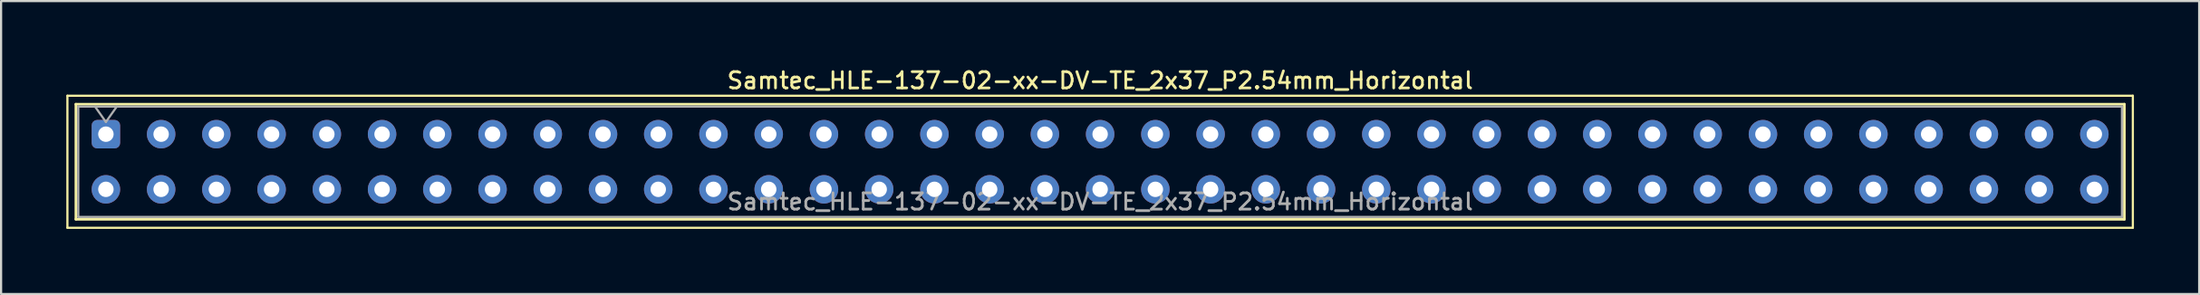
<source format=kicad_pcb>
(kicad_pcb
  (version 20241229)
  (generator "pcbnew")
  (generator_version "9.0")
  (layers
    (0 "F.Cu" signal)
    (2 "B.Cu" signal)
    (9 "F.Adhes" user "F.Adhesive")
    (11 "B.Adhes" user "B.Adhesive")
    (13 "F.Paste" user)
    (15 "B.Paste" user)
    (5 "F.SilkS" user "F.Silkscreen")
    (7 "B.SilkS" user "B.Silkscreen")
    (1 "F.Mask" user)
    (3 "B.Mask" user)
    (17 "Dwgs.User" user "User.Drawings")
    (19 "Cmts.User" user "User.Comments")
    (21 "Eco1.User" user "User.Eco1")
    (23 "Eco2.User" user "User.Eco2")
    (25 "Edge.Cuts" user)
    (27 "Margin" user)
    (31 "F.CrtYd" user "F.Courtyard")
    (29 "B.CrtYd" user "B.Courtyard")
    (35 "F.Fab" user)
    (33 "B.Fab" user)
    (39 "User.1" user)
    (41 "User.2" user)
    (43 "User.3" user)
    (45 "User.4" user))
  (footprint "Samtec_HLE-137-02-xx-DV-TE_2x37_P2.54mm_Horizontal"
    (layer "F.Cu")
    (at 1.82 3.128)
    (property "Reference" "Samtec_HLE-137-02-xx-DV-TE_2x37_P2.54mm_Horizontal" (at 45.72 -2.47 0) (layer "F.SilkS") (effects (font (size 0.75 0.75) (thickness 0.125))))
    (attr through_hole)
    (fp_line (start -1.77 -1.77) (end 93.21 -1.77) (stroke (width 0.1) (type solid)) (layer "F.SilkS"))
    (fp_line (start -1.77 4.31) (end -1.77 -1.77) (stroke (width 0.1) (type solid)) (layer "F.SilkS"))
    (fp_line (start -1.38 -1.38) (end 92.82 -1.38) (stroke (width 0.12) (type solid)) (layer "F.SilkS"))
    (fp_line (start -1.38 3.92) (end -1.38 -1.38) (stroke (width 0.12) (type solid)) (layer "F.SilkS"))
    (fp_line (start 92.82 -1.38) (end 92.82 3.92) (stroke (width 0.12) (type solid)) (layer "F.SilkS"))
    (fp_line (start 92.82 3.92) (end -1.38 3.92) (stroke (width 0.12) (type solid)) (layer "F.SilkS"))
    (fp_line (start 93.21 -1.77) (end 93.21 4.31) (stroke (width 0.1) (type solid)) (layer "F.SilkS"))
    (fp_line (start 93.21 4.31) (end -1.77 4.31) (stroke (width 0.1) (type solid)) (layer "F.SilkS"))
    (fp_line (start -1.27 -1.27) (end 92.71 -1.27) (stroke (width 0.1) (type solid)) (layer "F.Fab"))
    (fp_line (start -1.27 3.81) (end -1.27 -1.27) (stroke (width 0.1) (type solid)) (layer "F.Fab"))
    (fp_line (start -0.5 -1.27) (end 0 -0.563) (stroke (width 0.1) (type solid)) (layer "F.Fab"))
    (fp_line (start 0 -0.563) (end 0.5 -1.27) (stroke (width 0.1) (type solid)) (layer "F.Fab"))
    (fp_line (start 92.71 -1.27) (end 92.71 3.81) (stroke (width 0.1) (type solid)) (layer "F.Fab"))
    (fp_line (start 92.71 3.81) (end -1.27 3.81) (stroke (width 0.1) (type solid)) (layer "F.Fab"))
    (fp_text user "${REFERENCE}" (at 45.72 3.11 0) (layer "F.Fab") (effects (font (size 0.75 0.75) (thickness 0.125))))
    (pad "1" thru_hole roundrect (at 0 0) (size 1.31 1.31) (drill 0.71) (layers "*.Cu" "*.Mask") (roundrect_rratio 0.191))
    (pad "2" thru_hole circle (at 0 2.54) (size 1.31 1.31) (drill 0.71) (layers "*.Cu" "*.Mask"))
    (pad "3" thru_hole circle (at 2.54 0) (size 1.31 1.31) (drill 0.71) (layers "*.Cu" "*.Mask"))
    (pad "4" thru_hole circle (at 2.54 2.54) (size 1.31 1.31) (drill 0.71) (layers "*.Cu" "*.Mask"))
    (pad "5" thru_hole circle (at 5.08 0) (size 1.31 1.31) (drill 0.71) (layers "*.Cu" "*.Mask"))
    (pad "6" thru_hole circle (at 5.08 2.54) (size 1.31 1.31) (drill 0.71) (layers "*.Cu" "*.Mask"))
    (pad "7" thru_hole circle (at 7.62 0) (size 1.31 1.31) (drill 0.71) (layers "*.Cu" "*.Mask"))
    (pad "8" thru_hole circle (at 7.62 2.54) (size 1.31 1.31) (drill 0.71) (layers "*.Cu" "*.Mask"))
    (pad "9" thru_hole circle (at 10.16 0) (size 1.31 1.31) (drill 0.71) (layers "*.Cu" "*.Mask"))
    (pad "10" thru_hole circle (at 10.16 2.54) (size 1.31 1.31) (drill 0.71) (layers "*.Cu" "*.Mask"))
    (pad "11" thru_hole circle (at 12.7 0) (size 1.31 1.31) (drill 0.71) (layers "*.Cu" "*.Mask"))
    (pad "12" thru_hole circle (at 12.7 2.54) (size 1.31 1.31) (drill 0.71) (layers "*.Cu" "*.Mask"))
    (pad "13" thru_hole circle (at 15.24 0) (size 1.31 1.31) (drill 0.71) (layers "*.Cu" "*.Mask"))
    (pad "14" thru_hole circle (at 15.24 2.54) (size 1.31 1.31) (drill 0.71) (layers "*.Cu" "*.Mask"))
    (pad "15" thru_hole circle (at 17.78 0) (size 1.31 1.31) (drill 0.71) (layers "*.Cu" "*.Mask"))
    (pad "16" thru_hole circle (at 17.78 2.54) (size 1.31 1.31) (drill 0.71) (layers "*.Cu" "*.Mask"))
    (pad "17" thru_hole circle (at 20.32 0) (size 1.31 1.31) (drill 0.71) (layers "*.Cu" "*.Mask"))
    (pad "18" thru_hole circle (at 20.32 2.54) (size 1.31 1.31) (drill 0.71) (layers "*.Cu" "*.Mask"))
    (pad "19" thru_hole circle (at 22.86 0) (size 1.31 1.31) (drill 0.71) (layers "*.Cu" "*.Mask"))
    (pad "20" thru_hole circle (at 22.86 2.54) (size 1.31 1.31) (drill 0.71) (layers "*.Cu" "*.Mask"))
    (pad "21" thru_hole circle (at 25.4 0) (size 1.31 1.31) (drill 0.71) (layers "*.Cu" "*.Mask"))
    (pad "22" thru_hole circle (at 25.4 2.54) (size 1.31 1.31) (drill 0.71) (layers "*.Cu" "*.Mask"))
    (pad "23" thru_hole circle (at 27.94 0) (size 1.31 1.31) (drill 0.71) (layers "*.Cu" "*.Mask"))
    (pad "24" thru_hole circle (at 27.94 2.54) (size 1.31 1.31) (drill 0.71) (layers "*.Cu" "*.Mask"))
    (pad "25" thru_hole circle (at 30.48 0) (size 1.31 1.31) (drill 0.71) (layers "*.Cu" "*.Mask"))
    (pad "26" thru_hole circle (at 30.48 2.54) (size 1.31 1.31) (drill 0.71) (layers "*.Cu" "*.Mask"))
    (pad "27" thru_hole circle (at 33.02 0) (size 1.31 1.31) (drill 0.71) (layers "*.Cu" "*.Mask"))
    (pad "28" thru_hole circle (at 33.02 2.54) (size 1.31 1.31) (drill 0.71) (layers "*.Cu" "*.Mask"))
    (pad "29" thru_hole circle (at 35.56 0) (size 1.31 1.31) (drill 0.71) (layers "*.Cu" "*.Mask"))
    (pad "30" thru_hole circle (at 35.56 2.54) (size 1.31 1.31) (drill 0.71) (layers "*.Cu" "*.Mask"))
    (pad "31" thru_hole circle (at 38.1 0) (size 1.31 1.31) (drill 0.71) (layers "*.Cu" "*.Mask"))
    (pad "32" thru_hole circle (at 38.1 2.54) (size 1.31 1.31) (drill 0.71) (layers "*.Cu" "*.Mask"))
    (pad "33" thru_hole circle (at 40.64 0) (size 1.31 1.31) (drill 0.71) (layers "*.Cu" "*.Mask"))
    (pad "34" thru_hole circle (at 40.64 2.54) (size 1.31 1.31) (drill 0.71) (layers "*.Cu" "*.Mask"))
    (pad "35" thru_hole circle (at 43.18 0) (size 1.31 1.31) (drill 0.71) (layers "*.Cu" "*.Mask"))
    (pad "36" thru_hole circle (at 43.18 2.54) (size 1.31 1.31) (drill 0.71) (layers "*.Cu" "*.Mask"))
    (pad "37" thru_hole circle (at 45.72 0) (size 1.31 1.31) (drill 0.71) (layers "*.Cu" "*.Mask"))
    (pad "38" thru_hole circle (at 45.72 2.54) (size 1.31 1.31) (drill 0.71) (layers "*.Cu" "*.Mask"))
    (pad "39" thru_hole circle (at 48.26 0) (size 1.31 1.31) (drill 0.71) (layers "*.Cu" "*.Mask"))
    (pad "40" thru_hole circle (at 48.26 2.54) (size 1.31 1.31) (drill 0.71) (layers "*.Cu" "*.Mask"))
    (pad "41" thru_hole circle (at 50.8 0) (size 1.31 1.31) (drill 0.71) (layers "*.Cu" "*.Mask"))
    (pad "42" thru_hole circle (at 50.8 2.54) (size 1.31 1.31) (drill 0.71) (layers "*.Cu" "*.Mask"))
    (pad "43" thru_hole circle (at 53.34 0) (size 1.31 1.31) (drill 0.71) (layers "*.Cu" "*.Mask"))
    (pad "44" thru_hole circle (at 53.34 2.54) (size 1.31 1.31) (drill 0.71) (layers "*.Cu" "*.Mask"))
    (pad "45" thru_hole circle (at 55.88 0) (size 1.31 1.31) (drill 0.71) (layers "*.Cu" "*.Mask"))
    (pad "46" thru_hole circle (at 55.88 2.54) (size 1.31 1.31) (drill 0.71) (layers "*.Cu" "*.Mask"))
    (pad "47" thru_hole circle (at 58.42 0) (size 1.31 1.31) (drill 0.71) (layers "*.Cu" "*.Mask"))
    (pad "48" thru_hole circle (at 58.42 2.54) (size 1.31 1.31) (drill 0.71) (layers "*.Cu" "*.Mask"))
    (pad "49" thru_hole circle (at 60.96 0) (size 1.31 1.31) (drill 0.71) (layers "*.Cu" "*.Mask"))
    (pad "50" thru_hole circle (at 60.96 2.54) (size 1.31 1.31) (drill 0.71) (layers "*.Cu" "*.Mask"))
    (pad "51" thru_hole circle (at 63.5 0) (size 1.31 1.31) (drill 0.71) (layers "*.Cu" "*.Mask"))
    (pad "52" thru_hole circle (at 63.5 2.54) (size 1.31 1.31) (drill 0.71) (layers "*.Cu" "*.Mask"))
    (pad "53" thru_hole circle (at 66.04 0) (size 1.31 1.31) (drill 0.71) (layers "*.Cu" "*.Mask"))
    (pad "54" thru_hole circle (at 66.04 2.54) (size 1.31 1.31) (drill 0.71) (layers "*.Cu" "*.Mask"))
    (pad "55" thru_hole circle (at 68.58 0) (size 1.31 1.31) (drill 0.71) (layers "*.Cu" "*.Mask"))
    (pad "56" thru_hole circle (at 68.58 2.54) (size 1.31 1.31) (drill 0.71) (layers "*.Cu" "*.Mask"))
    (pad "57" thru_hole circle (at 71.12 0) (size 1.31 1.31) (drill 0.71) (layers "*.Cu" "*.Mask"))
    (pad "58" thru_hole circle (at 71.12 2.54) (size 1.31 1.31) (drill 0.71) (layers "*.Cu" "*.Mask"))
    (pad "59" thru_hole circle (at 73.66 0) (size 1.31 1.31) (drill 0.71) (layers "*.Cu" "*.Mask"))
    (pad "60" thru_hole circle (at 73.66 2.54) (size 1.31 1.31) (drill 0.71) (layers "*.Cu" "*.Mask"))
    (pad "61" thru_hole circle (at 76.2 0) (size 1.31 1.31) (drill 0.71) (layers "*.Cu" "*.Mask"))
    (pad "62" thru_hole circle (at 76.2 2.54) (size 1.31 1.31) (drill 0.71) (layers "*.Cu" "*.Mask"))
    (pad "63" thru_hole circle (at 78.74 0) (size 1.31 1.31) (drill 0.71) (layers "*.Cu" "*.Mask"))
    (pad "64" thru_hole circle (at 78.74 2.54) (size 1.31 1.31) (drill 0.71) (layers "*.Cu" "*.Mask"))
    (pad "65" thru_hole circle (at 81.28 0) (size 1.31 1.31) (drill 0.71) (layers "*.Cu" "*.Mask"))
    (pad "66" thru_hole circle (at 81.28 2.54) (size 1.31 1.31) (drill 0.71) (layers "*.Cu" "*.Mask"))
    (pad "67" thru_hole circle (at 83.82 0) (size 1.31 1.31) (drill 0.71) (layers "*.Cu" "*.Mask"))
    (pad "68" thru_hole circle (at 83.82 2.54) (size 1.31 1.31) (drill 0.71) (layers "*.Cu" "*.Mask"))
    (pad "69" thru_hole circle (at 86.36 0) (size 1.31 1.31) (drill 0.71) (layers "*.Cu" "*.Mask"))
    (pad "70" thru_hole circle (at 86.36 2.54) (size 1.31 1.31) (drill 0.71) (layers "*.Cu" "*.Mask"))
    (pad "71" thru_hole circle (at 88.9 0) (size 1.31 1.31) (drill 0.71) (layers "*.Cu" "*.Mask"))
    (pad "72" thru_hole circle (at 88.9 2.54) (size 1.31 1.31) (drill 0.71) (layers "*.Cu" "*.Mask"))
    (pad "73" thru_hole circle (at 91.44 0) (size 1.31 1.31) (drill 0.71) (layers "*.Cu" "*.Mask"))
    (pad "74" thru_hole circle (at 91.44 2.54) (size 1.31 1.31) (drill 0.71) (layers "*.Cu" "*.Mask")))
  (gr_rect
    (start -3 -3)
    (end 98.08 10.488)
    (stroke (width 0.1) (type default))
    (fill no)
    (layer "Edge.Cuts")))
</source>
